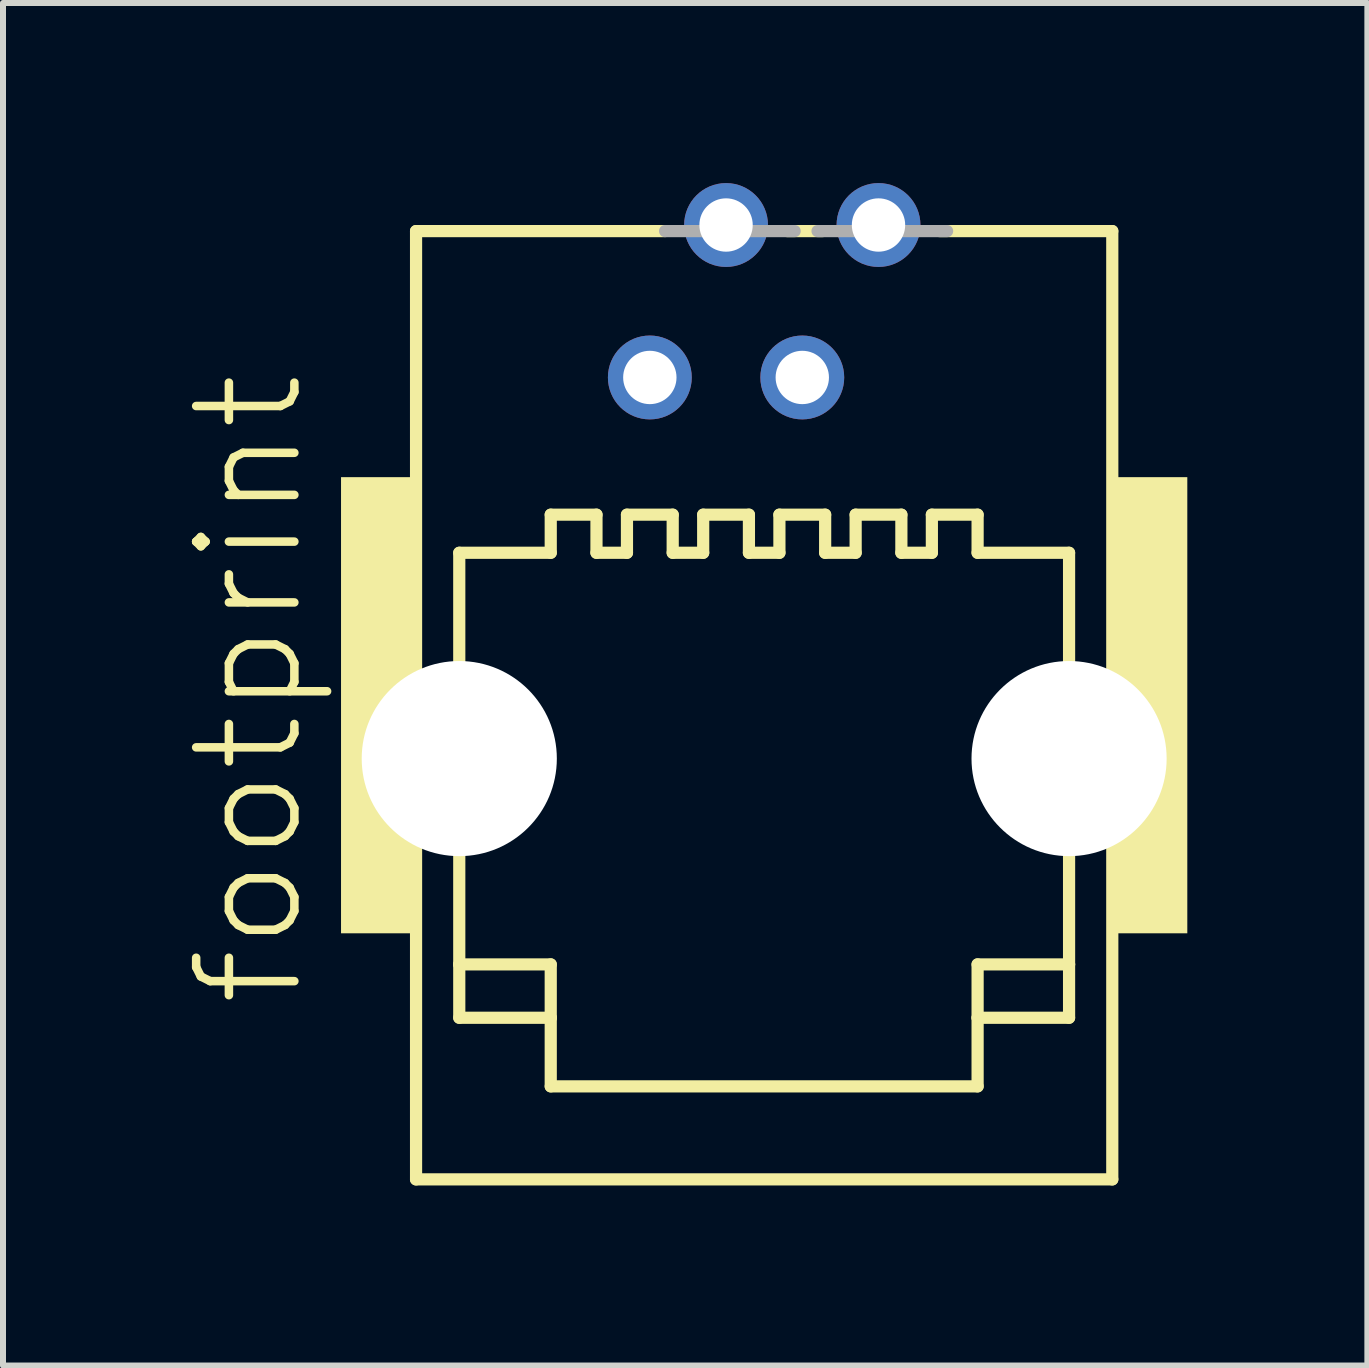
<source format=kicad_pcb>
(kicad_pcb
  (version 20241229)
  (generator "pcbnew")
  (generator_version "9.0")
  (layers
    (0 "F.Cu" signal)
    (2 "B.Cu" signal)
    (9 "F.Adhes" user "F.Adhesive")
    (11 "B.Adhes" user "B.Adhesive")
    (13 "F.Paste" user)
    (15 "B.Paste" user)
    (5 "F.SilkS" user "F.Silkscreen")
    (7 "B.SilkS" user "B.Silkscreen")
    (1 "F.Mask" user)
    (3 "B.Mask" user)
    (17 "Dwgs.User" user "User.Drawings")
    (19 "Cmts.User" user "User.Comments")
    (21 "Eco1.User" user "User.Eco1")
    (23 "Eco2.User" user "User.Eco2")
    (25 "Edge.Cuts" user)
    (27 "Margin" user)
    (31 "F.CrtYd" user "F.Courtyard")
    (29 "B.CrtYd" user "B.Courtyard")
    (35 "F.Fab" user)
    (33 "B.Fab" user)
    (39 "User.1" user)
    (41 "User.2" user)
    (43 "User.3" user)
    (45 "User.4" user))
  (footprint "footprint"
    (layer "F.Cu")
    (at 9.682 8.7)
    (property "Reference" "footprint" (at -7.62 5.08 90) (layer "F.SilkS") (effects (font (size 1.636 1.636) (thickness 0.142)) (justify left bottom)))
    (fp_line (start -5.8 -7.9) (end -5.8 7.9) (stroke (width 0.203) (type solid)) (layer "F.SilkS"))
    (fp_line (start -5.8 7.9) (end 5.8 7.9) (stroke (width 0.203) (type solid)) (layer "F.SilkS"))
    (fp_line (start -5.08 -2.54) (end -5.08 4.318) (stroke (width 0.203) (type solid)) (layer "F.SilkS"))
    (fp_line (start -5.08 4.318) (end -5.08 5.207) (stroke (width 0.203) (type solid)) (layer "F.SilkS"))
    (fp_line (start -5.08 4.318) (end -3.556 4.318) (stroke (width 0.203) (type solid)) (layer "F.SilkS"))
    (fp_line (start -5.08 5.207) (end -3.556 5.207) (stroke (width 0.203) (type solid)) (layer "F.SilkS"))
    (fp_line (start -3.556 -3.175) (end -3.556 -2.54) (stroke (width 0.203) (type solid)) (layer "F.SilkS"))
    (fp_line (start -3.556 -3.175) (end -2.794 -3.175) (stroke (width 0.203) (type solid)) (layer "F.SilkS"))
    (fp_line (start -3.556 -2.54) (end -5.08 -2.54) (stroke (width 0.203) (type solid)) (layer "F.SilkS"))
    (fp_line (start -3.556 4.318) (end -3.556 5.207) (stroke (width 0.203) (type solid)) (layer "F.SilkS"))
    (fp_line (start -3.556 5.207) (end -3.556 6.35) (stroke (width 0.203) (type solid)) (layer "F.SilkS"))
    (fp_line (start -3.556 6.35) (end 3.556 6.35) (stroke (width 0.203) (type solid)) (layer "F.SilkS"))
    (fp_line (start -2.794 -3.175) (end -2.794 -2.54) (stroke (width 0.203) (type solid)) (layer "F.SilkS"))
    (fp_line (start -2.286 -3.175) (end -2.286 -2.54) (stroke (width 0.203) (type solid)) (layer "F.SilkS"))
    (fp_line (start -2.286 -3.175) (end -1.524 -3.175) (stroke (width 0.203) (type solid)) (layer "F.SilkS"))
    (fp_line (start -2.286 -2.54) (end -2.794 -2.54) (stroke (width 0.203) (type solid)) (layer "F.SilkS"))
    (fp_line (start -1.651 -7.9) (end -5.8 -7.9) (stroke (width 0.203) (type solid)) (layer "F.SilkS"))
    (fp_line (start -1.524 -3.175) (end -1.524 -2.54) (stroke (width 0.203) (type solid)) (layer "F.SilkS"))
    (fp_line (start -1.016 -3.175) (end -1.016 -2.54) (stroke (width 0.203) (type solid)) (layer "F.SilkS"))
    (fp_line (start -1.016 -3.175) (end -0.254 -3.175) (stroke (width 0.203) (type solid)) (layer "F.SilkS"))
    (fp_line (start -1.016 -2.54) (end -1.524 -2.54) (stroke (width 0.203) (type solid)) (layer "F.SilkS"))
    (fp_line (start -0.254 -3.175) (end -0.254 -2.54) (stroke (width 0.203) (type solid)) (layer "F.SilkS"))
    (fp_line (start 0.254 -3.175) (end 0.254 -2.54) (stroke (width 0.203) (type solid)) (layer "F.SilkS"))
    (fp_line (start 0.254 -3.175) (end 1.016 -3.175) (stroke (width 0.203) (type solid)) (layer "F.SilkS"))
    (fp_line (start 0.254 -2.54) (end -0.254 -2.54) (stroke (width 0.203) (type solid)) (layer "F.SilkS"))
    (fp_line (start 0.974 -7.9) (end 0.381 -7.9) (stroke (width 0.203) (type solid)) (layer "F.SilkS"))
    (fp_line (start 1.016 -3.175) (end 1.016 -2.54) (stroke (width 0.203) (type solid)) (layer "F.SilkS"))
    (fp_line (start 1.524 -3.175) (end 1.524 -2.54) (stroke (width 0.203) (type solid)) (layer "F.SilkS"))
    (fp_line (start 1.524 -3.175) (end 2.286 -3.175) (stroke (width 0.203) (type solid)) (layer "F.SilkS"))
    (fp_line (start 1.524 -2.54) (end 1.016 -2.54) (stroke (width 0.203) (type solid)) (layer "F.SilkS"))
    (fp_line (start 2.286 -3.175) (end 2.286 -2.54) (stroke (width 0.203) (type solid)) (layer "F.SilkS"))
    (fp_line (start 2.794 -3.175) (end 2.794 -2.54) (stroke (width 0.203) (type solid)) (layer "F.SilkS"))
    (fp_line (start 2.794 -3.175) (end 3.556 -3.175) (stroke (width 0.203) (type solid)) (layer "F.SilkS"))
    (fp_line (start 2.794 -2.54) (end 2.286 -2.54) (stroke (width 0.203) (type solid)) (layer "F.SilkS"))
    (fp_line (start 3.556 -3.175) (end 3.556 -2.54) (stroke (width 0.203) (type solid)) (layer "F.SilkS"))
    (fp_line (start 3.556 4.318) (end 3.556 5.207) (stroke (width 0.203) (type solid)) (layer "F.SilkS"))
    (fp_line (start 3.556 5.207) (end 3.556 6.35) (stroke (width 0.203) (type solid)) (layer "F.SilkS"))
    (fp_line (start 5.08 -2.54) (end 3.556 -2.54) (stroke (width 0.203) (type solid)) (layer "F.SilkS"))
    (fp_line (start 5.08 4.318) (end 3.556 4.318) (stroke (width 0.203) (type solid)) (layer "F.SilkS"))
    (fp_line (start 5.08 4.318) (end 5.08 -2.54) (stroke (width 0.203) (type solid)) (layer "F.SilkS"))
    (fp_line (start 5.08 5.207) (end 3.556 5.207) (stroke (width 0.203) (type solid)) (layer "F.SilkS"))
    (fp_line (start 5.08 5.207) (end 5.08 4.318) (stroke (width 0.203) (type solid)) (layer "F.SilkS"))
    (fp_line (start 5.8 -7.9) (end 2.921 -7.9) (stroke (width 0.203) (type solid)) (layer "F.SilkS"))
    (fp_line (start 5.8 7.9) (end 5.8 -7.9) (stroke (width 0.203) (type solid)) (layer "F.SilkS"))
    (fp_poly (pts (xy -7.05 3.8) (xy -5.75 3.8) (xy -5.75 -3.8) (xy -7.05 -3.8)) (stroke (width 0) (type solid)) (fill yes) (layer "F.SilkS"))
    (fp_poly (pts (xy 5.75 3.8) (xy 7.05 3.8) (xy 7.05 -3.8) (xy 5.75 -3.8)) (stroke (width 0) (type solid)) (fill yes) (layer "F.SilkS"))
    (fp_line (start 0.508 -7.9) (end -1.651 -7.9) (stroke (width 0.203) (type solid)) (layer "F.Fab"))
    (fp_line (start 3.048 -7.9) (end 0.889 -7.9) (stroke (width 0.203) (type solid)) (layer "F.Fab"))
    (pad "" np_thru_hole circle (at -5.08 0.889) (size 3.251 3.251) (drill 3.251) (layers "*.Cu" "*.Mask"))
    (pad "" np_thru_hole circle (at 5.08 0.889) (size 3.251 3.251) (drill 3.251) (layers "*.Cu" "*.Mask"))
    (pad "1" thru_hole circle (at -1.905 -5.461) (size 1.397 1.397) (drill 0.889) (layers "*.Cu" "*.Mask"))
    (pad "2" thru_hole circle (at -0.635 -8.001) (size 1.397 1.397) (drill 0.889) (layers "*.Cu" "*.Mask"))
    (pad "3" thru_hole circle (at 0.635 -5.461) (size 1.397 1.397) (drill 0.889) (layers "*.Cu" "*.Mask"))
    (pad "4" thru_hole circle (at 1.905 -8.001) (size 1.397 1.397) (drill 0.889) (layers "*.Cu" "*.Mask")))
  (gr_rect
    (start -3 -3)
    (end 19.732 19.701)
    (stroke (width 0.1) (type default))
    (fill no)
    (layer "Edge.Cuts")))
</source>
